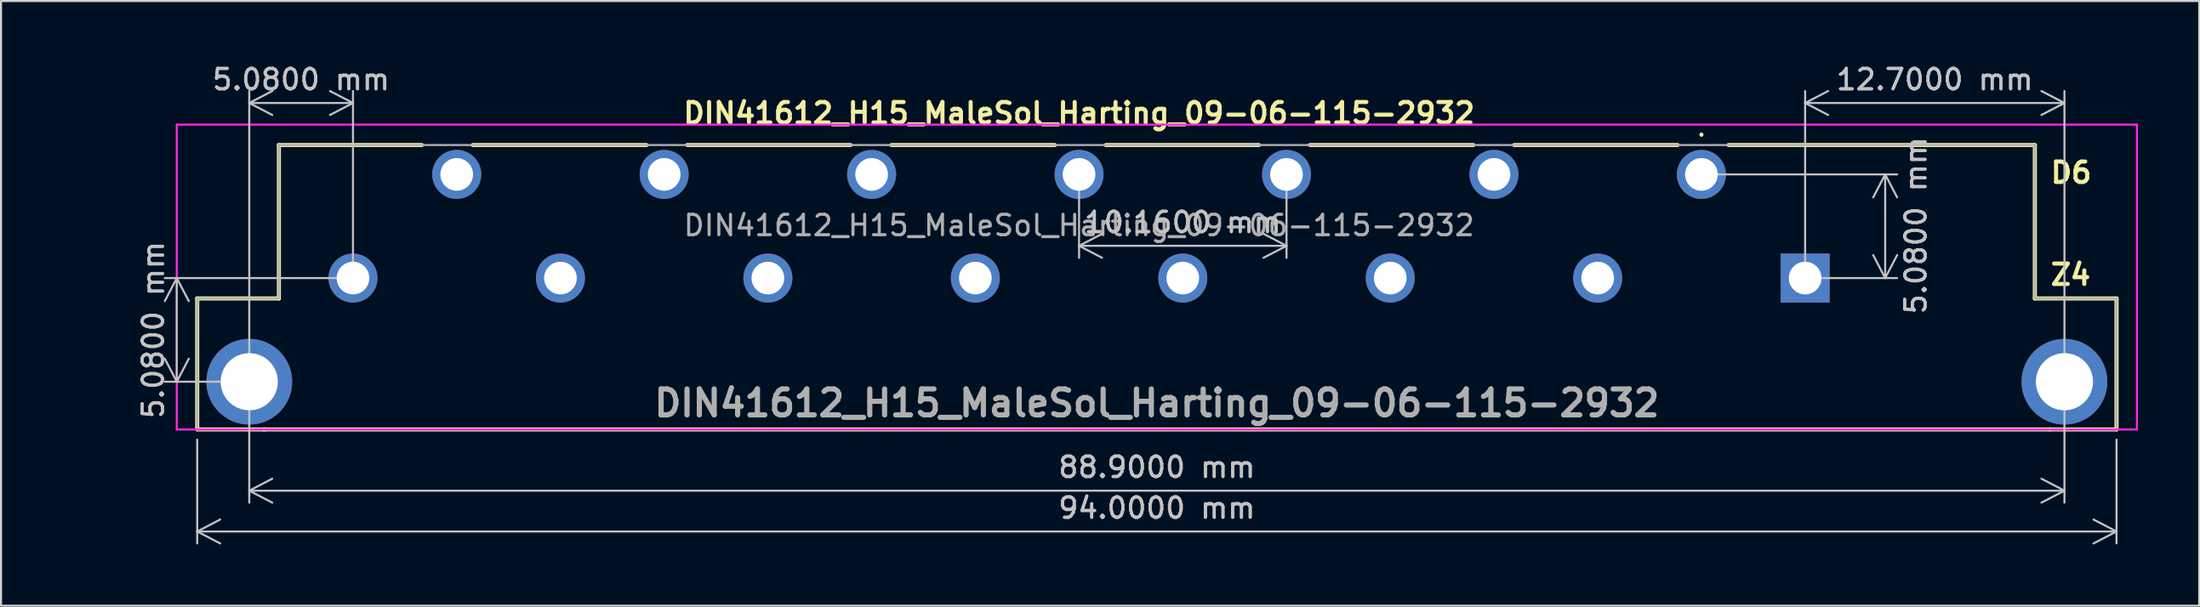
<source format=kicad_pcb>
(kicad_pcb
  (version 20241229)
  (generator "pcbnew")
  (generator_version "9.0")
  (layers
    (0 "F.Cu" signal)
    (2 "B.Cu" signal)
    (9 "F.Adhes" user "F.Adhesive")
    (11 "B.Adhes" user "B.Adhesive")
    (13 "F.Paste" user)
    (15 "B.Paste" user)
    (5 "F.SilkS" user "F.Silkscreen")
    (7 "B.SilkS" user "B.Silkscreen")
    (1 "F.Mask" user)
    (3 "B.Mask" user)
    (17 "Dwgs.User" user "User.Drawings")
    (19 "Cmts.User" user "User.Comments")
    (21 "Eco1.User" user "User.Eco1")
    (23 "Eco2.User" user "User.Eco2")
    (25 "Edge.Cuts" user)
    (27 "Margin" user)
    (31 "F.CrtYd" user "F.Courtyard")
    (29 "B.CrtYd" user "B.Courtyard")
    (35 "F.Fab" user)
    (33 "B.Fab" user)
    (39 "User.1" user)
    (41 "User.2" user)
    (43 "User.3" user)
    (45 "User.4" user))
  (footprint "DIN41612_H15_MaleSol_Harting_09-06-115-2932"
    (layer "F.Cu")
    (at 49.798 5.498)
    (property "Reference" "DIN41612_H15_MaleSol_Harting_09-06-115-2932" (at 0 -3 0) (unlocked yes) (layer "F.SilkS") (effects (font (size 1 1) (thickness 0.2))))
    (attr smd)
    (fp_line (start -43.19 6.08) (end -39.19 6.08) (stroke (width 0.2) (type solid)) (layer "F.SilkS"))
    (fp_line (start -43.19 12.5) (end -43.19 6.08) (stroke (width 0.2) (type solid)) (layer "F.SilkS"))
    (fp_line (start -39.895 12.5) (end -43.145 12.5) (stroke (width 0.2) (type solid)) (layer "F.SilkS"))
    (fp_line (start -39.19 -1.44) (end -32.19 -1.44) (stroke (width 0.2) (type solid)) (layer "F.SilkS"))
    (fp_line (start -39.19 6.08) (end -39.19 -1.44) (stroke (width 0.2) (type solid)) (layer "F.SilkS"))
    (fp_line (start -29.69 -1.44) (end -21.19 -1.44) (stroke (width 0.2) (type solid)) (layer "F.SilkS"))
    (fp_line (start -19.19 -1.44) (end -11.19 -1.44) (stroke (width 0.2) (type solid)) (layer "F.SilkS"))
    (fp_line (start -9.19 -1.44) (end -1.19 -1.44) (stroke (width 0.2) (type solid)) (layer "F.SilkS"))
    (fp_line (start 1.31 -1.44) (end 8.81 -1.44) (stroke (width 0.2) (type solid)) (layer "F.SilkS"))
    (fp_line (start 11.31 -1.44) (end 19.31 -1.44) (stroke (width 0.2) (type solid)) (layer "F.SilkS"))
    (fp_line (start 21.31 -1.44) (end 29.31 -1.44) (stroke (width 0.2) (type solid)) (layer "F.SilkS"))
    (fp_line (start 30.48 -2) (end 30.48 -2) (stroke (width 0.1) (type solid)) (layer "F.SilkS"))
    (fp_line (start 30.48 -1.9) (end 30.48 -1.9) (stroke (width 0.1) (type solid)) (layer "F.SilkS"))
    (fp_line (start 31.81 -1.44) (end 46.81 -1.44) (stroke (width 0.2) (type solid)) (layer "F.SilkS"))
    (fp_line (start 46.81 -1.44) (end 46.81 6.08) (stroke (width 0.2) (type solid)) (layer "F.SilkS"))
    (fp_line (start 46.81 6.08) (end 50.81 6.08) (stroke (width 0.2) (type solid)) (layer "F.SilkS"))
    (fp_line (start 47.56 12.5) (end -39.94 12.5) (stroke (width 0.2) (type solid)) (layer "F.SilkS"))
    (fp_line (start 50.81 6.08) (end 50.81 12.5) (stroke (width 0.2) (type solid)) (layer "F.SilkS"))
    (fp_line (start 50.81 12.5) (end 47.56 12.5) (stroke (width 0.2) (type solid)) (layer "F.SilkS"))
    (fp_arc (start 30.48 -2) (mid 30.53 -1.95) (end 30.48 -1.9) (stroke (width 0.1) (type solid)) (layer "F.SilkS"))
    (fp_arc (start 30.48 -1.9) (mid 30.43 -1.95) (end 30.48 -2) (stroke (width 0.1) (type solid)) (layer "F.SilkS"))
    (fp_line (start -44.19 -2.44) (end 51.81 -2.44) (stroke (width 0.1) (type solid)) (layer "F.CrtYd"))
    (fp_line (start -44.19 12.5) (end -44.19 -2.44) (stroke (width 0.1) (type solid)) (layer "F.CrtYd"))
    (fp_line (start 51.81 -2.44) (end 51.81 12.5) (stroke (width 0.1) (type solid)) (layer "F.CrtYd"))
    (fp_line (start 51.81 12.5) (end -44.19 12.5) (stroke (width 0.1) (type solid)) (layer "F.CrtYd"))
    (fp_line (start -43.19 6.08) (end -39.19 6.08) (stroke (width 0.1) (type solid)) (layer "F.Fab"))
    (fp_line (start -43.19 12.5) (end -43.19 6.08) (stroke (width 0.1) (type solid)) (layer "F.Fab"))
    (fp_line (start -39.19 -1.44) (end 46.81 -1.44) (stroke (width 0.1) (type solid)) (layer "F.Fab"))
    (fp_line (start -39.19 6.08) (end -39.19 -1.44) (stroke (width 0.1) (type solid)) (layer "F.Fab"))
    (fp_line (start 46.81 -1.44) (end 46.81 6.08) (stroke (width 0.1) (type solid)) (layer "F.Fab"))
    (fp_line (start 46.81 6.08) (end 50.81 6.08) (stroke (width 0.1) (type solid)) (layer "F.Fab"))
    (fp_line (start 50.81 6.08) (end 50.81 12.5) (stroke (width 0.1) (type solid)) (layer "F.Fab"))
    (fp_line (start 50.81 12.5) (end -43.19 12.5) (stroke (width 0.1) (type solid)) (layer "F.Fab"))
    (fp_line (start 50.81 12.5) (end 47.56 12.5) (stroke (width 0.1) (type solid)) (layer "F.Fab"))
    (fp_text user "D6" (at 47.48 0.5 0) (unlocked yes) (layer "F.SilkS") (effects (font (size 1 1) (thickness 0.2)) (justify left bottom)))
    (fp_text user "Z4" (at 47.48 5.5 0) (unlocked yes) (layer "F.SilkS") (effects (font (size 1 1) (thickness 0.2)) (justify left bottom)))
    (fp_text user "${REFERENCE}" (at 3.81 11.21 0) (layer "F.Fab") (effects (font (size 1.27 1.27) (thickness 0.254))))
    (fp_text user "${REFERENCE}" (at 0 2.5 0) (unlocked yes) (layer "F.Fab") (effects (font (size 1 1) (thickness 0.15))))
    (dimension (type orthogonal) (layer "Dwgs.User") (pts (xy 9.158 15.658) (xy 98.058 15.658)) (height 5.34) (orientation 0) (format (prefix "") (suffix "") (units 3) (units_format 1) (precision 4)) (style (thickness 0.1) (arrow_length 1.27) (text_position_mode 0) (arrow_direction outward) (extension_height 0.586) (extension_offset 0.5) (keep_text_aligned yes)) (gr_text "88.9000 mm" (at 53.608 19.848 0) (layer "Dwgs.User") (effects (font (size 1 1) (thickness 0.15)))))
    (dimension (type orthogonal) (layer "Dwgs.User") (pts (xy 9.158 15.658) (xy 14.238 10.578)) (height -13.66) (orientation 0) (format (prefix "") (suffix "") (units 3) (units_format 1) (precision 4)) (style (thickness 0.1) (arrow_length 1.27) (text_position_mode 0) (arrow_direction outward) (extension_height 0.586) (extension_offset 0.5) (keep_text_aligned yes)) (gr_text "5.0800 mm" (at 11.698 0.848 0) (layer "Dwgs.User") (effects (font (size 1 1) (thickness 0.15)))))
    (dimension (type orthogonal) (layer "Dwgs.User") (pts (xy 80.278 5.498) (xy 85.358 10.578)) (height 9) (orientation 1) (format (prefix "") (suffix "") (units 3) (units_format 1) (precision 4)) (style (thickness 0.1) (arrow_length 1.27) (text_position_mode 2) (arrow_direction outward) (extension_height 0.586) (extension_offset 0.5) (keep_text_aligned yes)) (gr_text "5.0800 mm" (at 90.778 7.998 90) (layer "Dwgs.User") (effects (font (size 1 1) (thickness 0.15)))))
    (dimension (type orthogonal) (layer "Dwgs.User") (pts (xy 9.158 15.658) (xy 14.238 10.578)) (height -3.55) (orientation 1) (format (prefix "") (suffix "") (units 3) (units_format 1) (precision 4)) (style (thickness 0.1) (arrow_length 1.27) (text_position_mode 0) (arrow_direction outward) (extension_height 0.586) (extension_offset 0.5) (keep_text_aligned yes)) (gr_text "5.0800 mm" (at 4.458 13.118 90) (layer "Dwgs.User") (effects (font (size 1 1) (thickness 0.15)))))
    (dimension (type orthogonal) (layer "Dwgs.User") (pts (xy 85.358 10.578) (xy 98.058 15.658)) (height -8.58) (orientation 0) (format (prefix "") (suffix "") (units 3) (units_format 1) (precision 4)) (style (thickness 0.1) (arrow_length 1.27) (text_position_mode 0) (arrow_direction outward) (extension_height 0.586) (extension_offset 0.5) (keep_text_aligned yes)) (gr_text "12.7000 mm" (at 91.708 0.848 0) (layer "Dwgs.User") (effects (font (size 1 1) (thickness 0.15)))))
    (dimension (type orthogonal) (layer "Dwgs.User") (pts (xy 6.608 17.998) (xy 100.608 17.998)) (height 5) (orientation 0) (format (prefix "") (suffix "") (units 3) (units_format 1) (precision 4)) (style (thickness 0.1) (arrow_length 1.27) (text_position_mode 0) (arrow_direction outward) (extension_height 0.586) (extension_offset 0.5) (keep_text_aligned yes)) (gr_text "94.0000 mm" (at 53.608 21.848 0) (layer "Dwgs.User") (effects (font (size 1 1) (thickness 0.15)))))
    (dimension (type orthogonal) (layer "Dwgs.User") (pts (xy 49.798 5.498) (xy 59.958 5.498)) (height 3.5) (orientation 0) (format (prefix "") (suffix "") (units 3) (units_format 1) (precision 4)) (style (thickness 0.1) (arrow_length 1.27) (text_position_mode 0) (arrow_direction outward) (extension_height 0.586) (extension_offset 0.5) (keep_text_aligned yes)) (gr_text "10.1600 mm" (at 54.878 7.848 0) (layer "Dwgs.User") (effects (font (size 1 1) (thickness 0.15)))))
    (pad "4" thru_hole rect (at 35.56 5.08) (size 2.4 2.4) (drill 1.6) (layers "*.Cu" "*.Mask"))
    (pad "6" thru_hole circle (at 30.48 0) (size 2.4 2.4) (drill 1.6) (layers "*.Cu" "*.Mask"))
    (pad "8" thru_hole circle (at 25.4 5.08) (size 2.4 2.4) (drill 1.6) (layers "*.Cu" "*.Mask"))
    (pad "10" thru_hole circle (at 20.32 0) (size 2.4 2.4) (drill 1.6) (layers "*.Cu" "*.Mask"))
    (pad "12" thru_hole circle (at 15.24 5.08) (size 2.4 2.4) (drill 1.6) (layers "*.Cu" "*.Mask"))
    (pad "14" thru_hole circle (at 10.16 0) (size 2.4 2.4) (drill 1.6) (layers "*.Cu" "*.Mask"))
    (pad "16" thru_hole circle (at 5.08 5.08) (size 2.4 2.4) (drill 1.6) (layers "*.Cu" "*.Mask"))
    (pad "18" thru_hole circle (at 0 0) (size 2.4 2.4) (drill 1.6) (layers "*.Cu" "*.Mask"))
    (pad "20" thru_hole circle (at -5.08 5.08) (size 2.4 2.4) (drill 1.6) (layers "*.Cu" "*.Mask"))
    (pad "22" thru_hole circle (at -10.16 0) (size 2.4 2.4) (drill 1.6) (layers "*.Cu" "*.Mask"))
    (pad "24" thru_hole circle (at -15.24 5.08) (size 2.4 2.4) (drill 1.6) (layers "*.Cu" "*.Mask"))
    (pad "26" thru_hole circle (at -20.32 0) (size 2.4 2.4) (drill 1.6) (layers "*.Cu" "*.Mask"))
    (pad "28" thru_hole circle (at -25.4 5.08) (size 2.4 2.4) (drill 1.6) (layers "*.Cu" "*.Mask"))
    (pad "30" thru_hole circle (at -30.48 0) (size 2.4 2.4) (drill 1.6) (layers "*.Cu" "*.Mask"))
    (pad "32" thru_hole circle (at -35.56 5.08) (size 2.4 2.4) (drill 1.6) (layers "*.Cu" "*.Mask"))
    (pad "MH1" thru_hole circle (at 48.26 10.16) (size 4.2 4.2) (drill 2.8) (layers "*.Cu" "*.Mask"))
    (pad "MH2" thru_hole circle (at -40.64 10.16) (size 4.2 4.2) (drill 2.8) (layers "*.Cu" "*.Mask")))
  (gr_rect
    (start -3 -3)
    (end 104.658 26.635)
    (stroke (width 0.1) (type default))
    (fill no)
    (layer "Edge.Cuts")))
</source>
